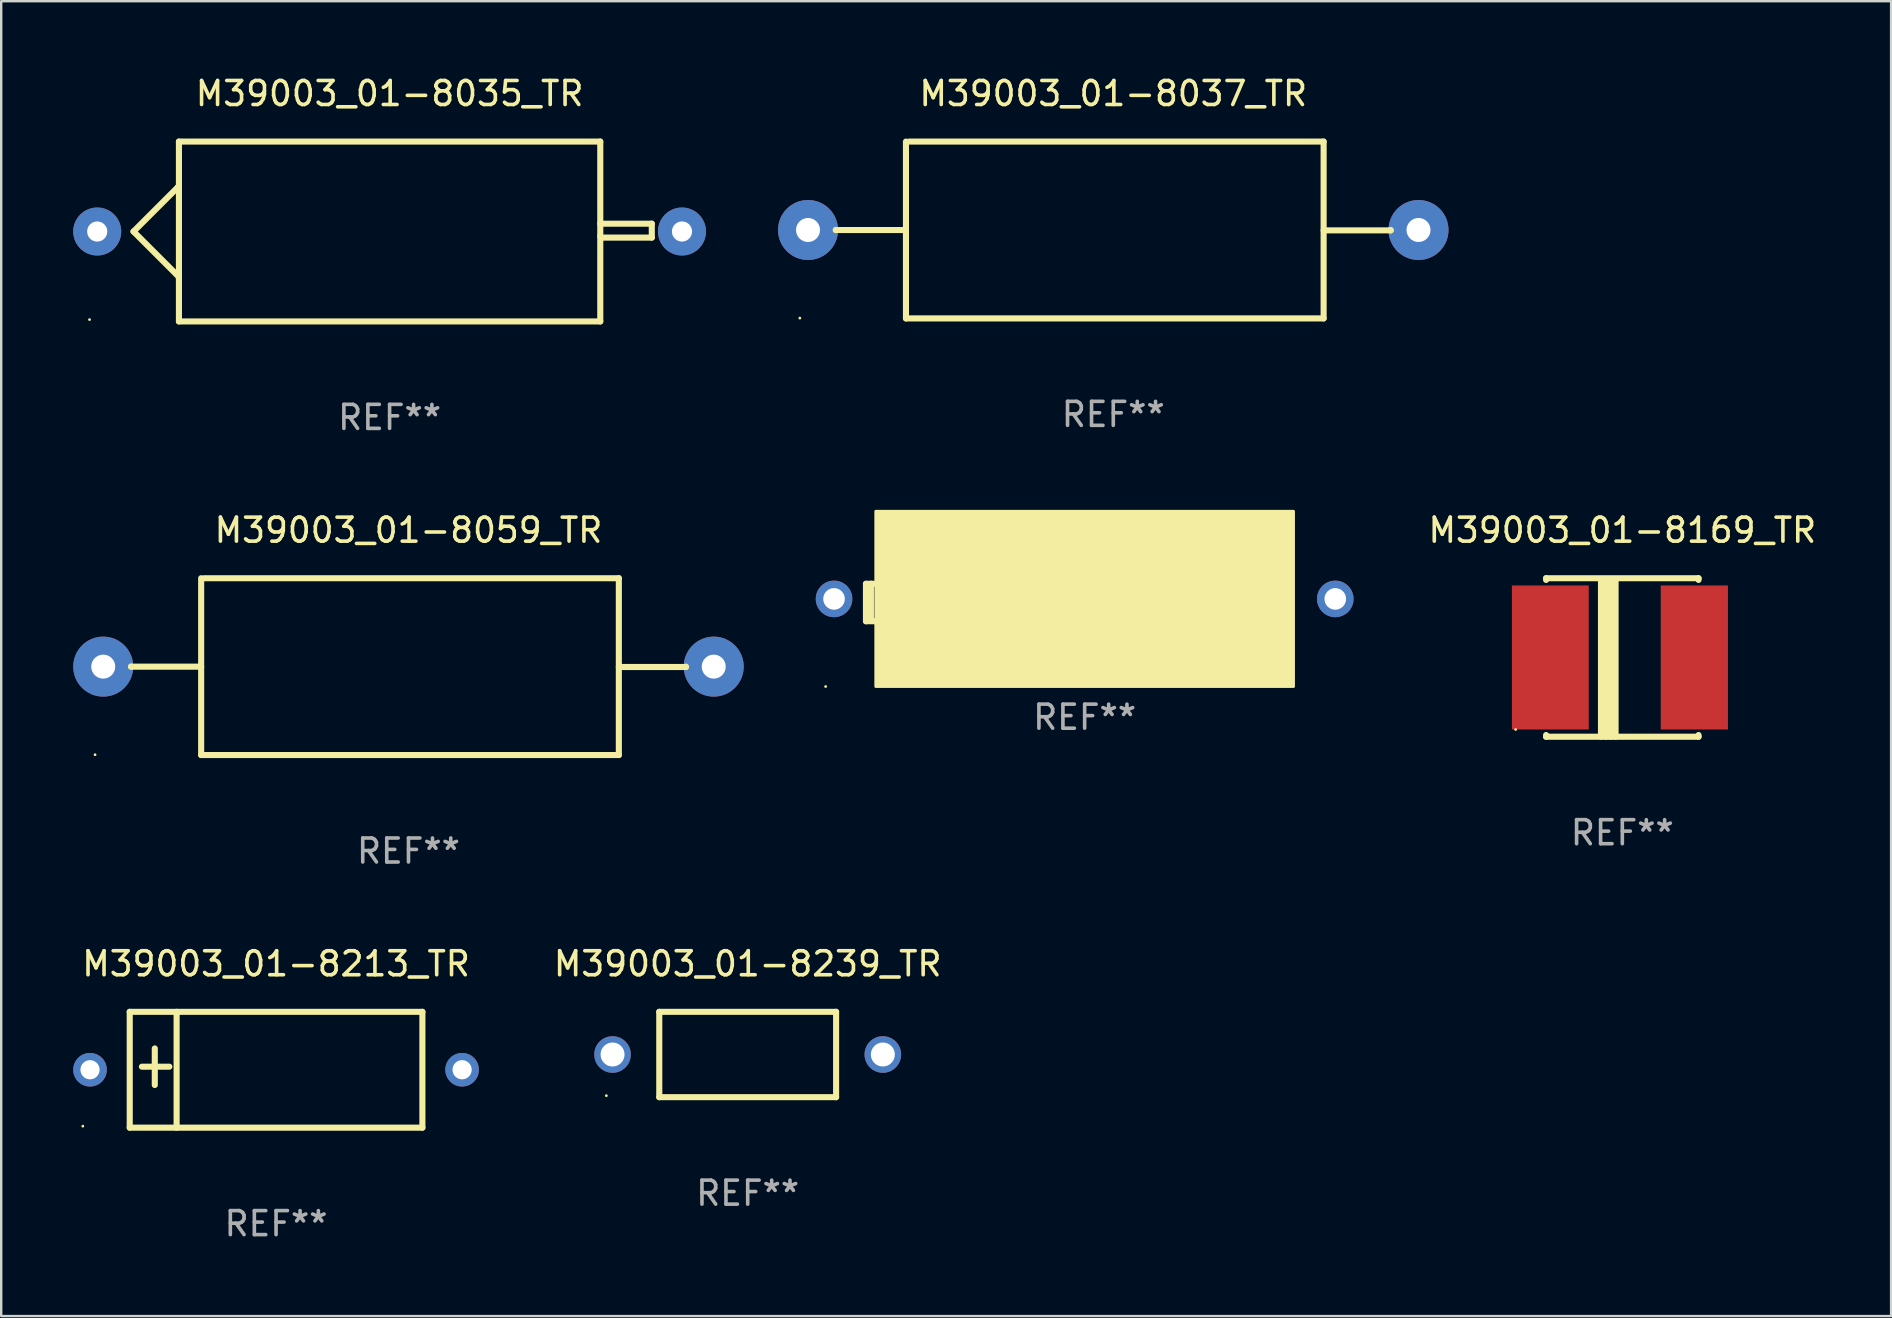
<source format=kicad_pcb>
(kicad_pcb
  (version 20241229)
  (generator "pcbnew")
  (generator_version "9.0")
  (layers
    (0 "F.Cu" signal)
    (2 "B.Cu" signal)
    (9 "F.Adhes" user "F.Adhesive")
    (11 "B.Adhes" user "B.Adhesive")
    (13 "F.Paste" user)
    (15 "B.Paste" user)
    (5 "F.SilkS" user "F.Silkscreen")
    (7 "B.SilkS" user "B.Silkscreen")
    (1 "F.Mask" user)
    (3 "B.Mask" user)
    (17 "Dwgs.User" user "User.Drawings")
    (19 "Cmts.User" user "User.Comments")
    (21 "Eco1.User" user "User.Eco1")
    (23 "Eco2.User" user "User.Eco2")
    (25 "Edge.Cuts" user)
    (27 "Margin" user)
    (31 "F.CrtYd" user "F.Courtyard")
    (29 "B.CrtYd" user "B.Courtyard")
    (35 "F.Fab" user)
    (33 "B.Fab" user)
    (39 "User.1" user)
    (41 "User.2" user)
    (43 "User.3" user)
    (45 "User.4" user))
  (footprint "M39003_01-8037_TR"
    (layer "F.Cu")
    (at 43.326 6.531)
    (property "Reference" "M39003_01-8037_TR" (at 0 -5.683 0) (layer "F.SilkS") (effects (font (size 1 1) (thickness 0.15))))
    (attr through_hole)
    (fp_line (start -11.557 0.002) (end -11.557 0) (stroke (width 0.254) (type solid)) (layer "F.SilkS"))
    (fp_line (start -8.636 -3.683) (end -8.636 3.683) (stroke (width 0.254) (type solid)) (layer "F.SilkS"))
    (fp_line (start -8.636 0.002) (end -11.557 0.002) (stroke (width 0.254) (type solid)) (layer "F.SilkS"))
    (fp_line (start -8.636 3.683) (end 8.763 3.683) (stroke (width 0.254) (type solid)) (layer "F.SilkS"))
    (fp_line (start 8.763 -3.683) (end -8.509 -3.683) (stroke (width 0.254) (type solid)) (layer "F.SilkS"))
    (fp_line (start 8.763 0.016) (end 11.557 0.016) (stroke (width 0.254) (type solid)) (layer "F.SilkS"))
    (fp_line (start 8.763 3.683) (end 8.763 -3.683) (stroke (width 0.254) (type solid)) (layer "F.SilkS"))
    (fp_line (start 11.557 0.016) (end 11.557 0) (stroke (width 0.254) (type solid)) (layer "F.SilkS"))
    (fp_circle (center -13.056 3.67) (end -13.026 3.67) (stroke (width 0.06) (type solid)) (fill no) (layer "F.SilkS"))
    (fp_text user "REF**" (at 0 7.683 0) (layer "F.Fab") (effects (font (size 1 1) (thickness 0.15))))
    (pad "1" thru_hole circle (at -12.716 0) (size 2.5 2.5) (drill 1) (layers "*.Cu" "*.Mask"))
    (pad "2" thru_hole circle (at 12.716 0) (size 2.5 2.5) (drill 1) (layers "*.Cu" "*.Mask")))
  (footprint "M39003_01-8059_TR"
    (layer "F.Cu")
    (at 13.966 24.72)
    (property "Reference" "M39003_01-8059_TR" (at 0 -5.683 0) (layer "F.SilkS") (effects (font (size 1 1) (thickness 0.15))))
    (attr through_hole)
    (fp_line (start -11.557 0.002) (end -11.557 0) (stroke (width 0.254) (type solid)) (layer "F.SilkS"))
    (fp_line (start -8.636 -3.683) (end -8.636 3.683) (stroke (width 0.254) (type solid)) (layer "F.SilkS"))
    (fp_line (start -8.636 0.002) (end -11.557 0.002) (stroke (width 0.254) (type solid)) (layer "F.SilkS"))
    (fp_line (start -8.636 3.683) (end 8.763 3.683) (stroke (width 0.254) (type solid)) (layer "F.SilkS"))
    (fp_line (start 8.763 -3.683) (end -8.509 -3.683) (stroke (width 0.254) (type solid)) (layer "F.SilkS"))
    (fp_line (start 8.763 0.016) (end 11.557 0.016) (stroke (width 0.254) (type solid)) (layer "F.SilkS"))
    (fp_line (start 8.763 3.683) (end 8.763 -3.683) (stroke (width 0.254) (type solid)) (layer "F.SilkS"))
    (fp_line (start 11.557 0.016) (end 11.557 0) (stroke (width 0.254) (type solid)) (layer "F.SilkS"))
    (fp_circle (center -13.056 3.67) (end -13.026 3.67) (stroke (width 0.06) (type solid)) (fill no) (layer "F.SilkS"))
    (fp_text user "REF**" (at 0 7.683 0) (layer "F.Fab") (effects (font (size 1 1) (thickness 0.15))))
    (pad "1" thru_hole circle (at -12.716 0) (size 2.5 2.5) (drill 1) (layers "*.Cu" "*.Mask"))
    (pad "2" thru_hole circle (at 12.716 0) (size 2.5 2.5) (drill 1) (layers "*.Cu" "*.Mask")))
  (footprint "M39003_01-8112_TR"
    (layer "F.Cu")
    (at 42.134 22.049)
    (property "Reference" "M39003_01-8112_TR" (at 0 -2.78 0) (layer "F.SilkS") (effects (font (size 1 1) (thickness 0.15))))
    (attr through_hole)
    (fp_line (start -9.11 -0.78) (end -9.11 0.78) (stroke (width 0.254) (type solid)) (layer "F.SilkS"))
    (fp_line (start -9.11 0.78) (end -8.74 0.78) (stroke (width 0.254) (type solid)) (layer "F.SilkS"))
    (fp_line (start -8.904 -0.78) (end -8.904 0.65) (stroke (width 0.254) (type solid)) (layer "F.SilkS"))
    (fp_line (start -8.76 -0.78) (end -9.11 -0.78) (stroke (width 0.254) (type solid)) (layer "F.SilkS"))
    (fp_circle (center -10.79 3.5) (end -10.76 3.5) (stroke (width 0.06) (type solid)) (fill no) (layer "F.SilkS"))
    (fp_poly (pts (xy -8.7 -3.8) (xy 8.7 -3.8) (xy 8.7 3.5) (xy -8.7 3.5)) (stroke (width 0.12) (type solid)) (fill yes) (layer "F.SilkS"))
    (fp_text user "REF**" (at 0 4.78 0) (layer "F.Fab") (effects (font (size 1 1) (thickness 0.15))))
    (pad "1" thru_hole circle (at -10.44 -0.15) (size 1.524 1.524) (drill 0.9) (layers "*.Cu" "*.Mask"))
    (pad "2" thru_hole circle (at 10.44 -0.15) (size 1.524 1.524) (drill 0.9) (layers "*.Cu" "*.Mask")))
  (footprint "M39003_01-8239_TR"
    (layer "F.Cu")
    (at 28.097 40.878)
    (property "Reference" "M39003_01-8239_TR" (at 0 -3.778 0) (layer "F.SilkS") (effects (font (size 1 1) (thickness 0.15))))
    (attr through_hole)
    (fp_line (start -3.683 -1.778) (end -3.683 1.778) (stroke (width 0.254) (type solid)) (layer "F.SilkS"))
    (fp_line (start -3.683 1.778) (end 3.683 1.778) (stroke (width 0.254) (type solid)) (layer "F.SilkS"))
    (fp_line (start 3.683 -1.778) (end -3.683 -1.778) (stroke (width 0.254) (type solid)) (layer "F.SilkS"))
    (fp_line (start 3.683 1.778) (end 3.683 -1.778) (stroke (width 0.254) (type solid)) (layer "F.SilkS"))
    (fp_circle (center -5.888 1.715) (end -5.858 1.715) (stroke (width 0.06) (type solid)) (fill no) (layer "F.SilkS"))
    (fp_text user "REF**" (at 0 5.778 0) (layer "F.Fab") (effects (font (size 1 1) (thickness 0.15))))
    (pad "1" thru_hole circle (at -5.63 0) (size 1.524 1.524) (drill 1) (layers "*.Cu" "*.Mask"))
    (pad "2" thru_hole circle (at 5.63 0) (size 1.524 1.524) (drill 1) (layers "*.Cu" "*.Mask")))
  (footprint "M39003_01-8035_TR"
    (layer "F.Cu")
    (at 13.18 6.594)
    (property "Reference" "M39003_01-8035_TR" (at 0 -5.746 0) (layer "F.SilkS") (effects (font (size 1 1) (thickness 0.15))))
    (attr through_hole)
    (fp_line (start -10.668 0) (end -8.776 1.892) (stroke (width 0.254) (type solid)) (layer "F.SilkS"))
    (fp_line (start -8.821 -1.847) (end -10.668 0) (stroke (width 0.254) (type solid)) (layer "F.SilkS"))
    (fp_line (start -8.776 -1.847) (end -8.821 -1.847) (stroke (width 0.254) (type solid)) (layer "F.SilkS"))
    (fp_line (start -8.776 1.892) (end -8.776 1.943) (stroke (width 0.254) (type solid)) (layer "F.SilkS"))
    (fp_line (start -8.776 -3.746) (end 8.776 -3.746) (stroke (width 0.254) (type solid)) (layer "F.SilkS"))
    (fp_line (start -8.776 3.746) (end -8.776 -3.746) (stroke (width 0.254) (type solid)) (layer "F.SilkS"))
    (fp_line (start 8.776 -3.746) (end 8.776 3.746) (stroke (width 0.254) (type solid)) (layer "F.SilkS"))
    (fp_line (start 8.776 -0.325) (end 10.922 -0.325) (stroke (width 0.254) (type solid)) (layer "F.SilkS"))
    (fp_line (start 8.776 3.746) (end -8.776 3.746) (stroke (width 0.254) (type solid)) (layer "F.SilkS"))
    (fp_line (start 8.831 0.254) (end 8.776 0.199) (stroke (width 0.254) (type solid)) (layer "F.SilkS"))
    (fp_line (start 10.922 -0.325) (end 10.922 0.254) (stroke (width 0.254) (type solid)) (layer "F.SilkS"))
    (fp_line (start 10.922 0.254) (end 8.831 0.254) (stroke (width 0.254) (type solid)) (layer "F.SilkS"))
    (fp_circle (center -12.5 3.67) (end -12.47 3.67) (stroke (width 0.06) (type solid)) (fill no) (layer "F.SilkS"))
    (fp_text user "+" (at -8.323 0.924 0) (layer "B.Mask") (effects (font (size 1 1) (thickness 0.15))))
    (fp_text user "REF**" (at 0 7.746 0) (layer "F.Fab") (effects (font (size 1 1) (thickness 0.15))))
    (pad "1" thru_hole circle (at -12.18 0) (size 2 2) (drill 0.84) (layers "*.Cu" "*.Mask"))
    (pad "2" thru_hole circle (at 12.18 0) (size 2 2) (drill 0.84) (layers "*.Cu" "*.Mask")))
  (footprint "M39003_01-8169_TR"
    (layer "F.Cu")
    (at 64.532 24.339)
    (property "Reference" "M39003_01-8169_TR" (at 0 -5.302 0) (layer "F.SilkS") (effects (font (size 1 1) (thickness 0.15))))
    (attr through_hole)
    (fp_line (start -3.175 -3.231) (end -3.175 -3.302) (stroke (width 0.254) (type solid)) (layer "F.SilkS"))
    (fp_line (start -3.175 3.302) (end -3.175 3.231) (stroke (width 0.254) (type solid)) (layer "F.SilkS"))
    (fp_line (start -3.175 3.302) (end 3.175 3.302) (stroke (width 0.254) (type solid)) (layer "F.SilkS"))
    (fp_line (start -0.889 -3.175) (end -0.889 3.302) (stroke (width 0.254) (type solid)) (layer "F.SilkS"))
    (fp_line (start -0.688 -3.175) (end -0.688 3.302) (stroke (width 0.254) (type solid)) (layer "F.SilkS"))
    (fp_line (start -0.478 -3.175) (end -0.478 3.302) (stroke (width 0.254) (type solid)) (layer "F.SilkS"))
    (fp_line (start -0.281 -3.175) (end -0.281 3.302) (stroke (width 0.254) (type solid)) (layer "F.SilkS"))
    (fp_line (start 3.175 -3.302) (end -3.175 -3.302) (stroke (width 0.254) (type solid)) (layer "F.SilkS"))
    (fp_line (start 3.175 -3.302) (end 3.175 -3.231) (stroke (width 0.254) (type solid)) (layer "F.SilkS"))
    (fp_line (start 3.175 3.231) (end 3.175 3.302) (stroke (width 0.254) (type solid)) (layer "F.SilkS"))
    (fp_circle (center -4.445 3) (end -4.415 3) (stroke (width 0.06) (type solid)) (fill no) (layer "F.SilkS"))
    (fp_text user "REF**" (at 0 7.302 0) (layer "F.Fab") (effects (font (size 1 1) (thickness 0.15))))
    (pad "1" smd rect (at -3 0) (size 3.2 6) (layers "F.Cu" "F.Mask" "F.Paste"))
    (pad "2" smd rect (at 3 0) (size 2.8 6) (layers "F.Cu" "F.Mask" "F.Paste")))
  (footprint "M39003_01-8213_TR"
    (layer "F.Cu")
    (at 8.45 41.513)
    (property "Reference" "M39003_01-8213_TR" (at 0 -4.413 0) (layer "F.SilkS") (effects (font (size 1 1) (thickness 0.15))))
    (attr through_hole)
    (fp_line (start -6.096 -2.413) (end -6.096 2.413) (stroke (width 0.254) (type solid)) (layer "F.SilkS"))
    (fp_line (start -6.096 2.413) (end 6.096 2.413) (stroke (width 0.254) (type solid)) (layer "F.SilkS"))
    (fp_line (start -5.588 -0.127) (end -4.445 -0.127) (stroke (width 0.254) (type solid)) (layer "F.SilkS"))
    (fp_line (start -5.052 -0.888) (end -5.052 0.636) (stroke (width 0.254) (type solid)) (layer "F.SilkS"))
    (fp_line (start -4.143 -2.413) (end -4.143 2.413) (stroke (width 0.254) (type solid)) (layer "F.SilkS"))
    (fp_line (start 6.096 -2.413) (end -6.096 -2.413) (stroke (width 0.254) (type solid)) (layer "F.SilkS"))
    (fp_line (start 6.096 2.413) (end 6.096 -2.413) (stroke (width 0.254) (type solid)) (layer "F.SilkS"))
    (fp_circle (center -8.05 2.35) (end -8.02 2.35) (stroke (width 0.06) (type solid)) (fill no) (layer "F.SilkS"))
    (fp_text user "REF**" (at 0 6.413 0) (layer "F.Fab") (effects (font (size 1 1) (thickness 0.15))))
    (pad "1" thru_hole circle (at -7.75 0) (size 1.4 1.4) (drill 0.8) (layers "*.Cu" "*.Mask"))
    (pad "2" thru_hole circle (at 7.75 0) (size 1.4 1.4) (drill 0.8) (layers "*.Cu" "*.Mask")))
  (gr_rect
    (start -3 -3)
    (end 75.729 51.774)
    (stroke (width 0.1) (type default))
    (fill no)
    (layer "Edge.Cuts")))
</source>
